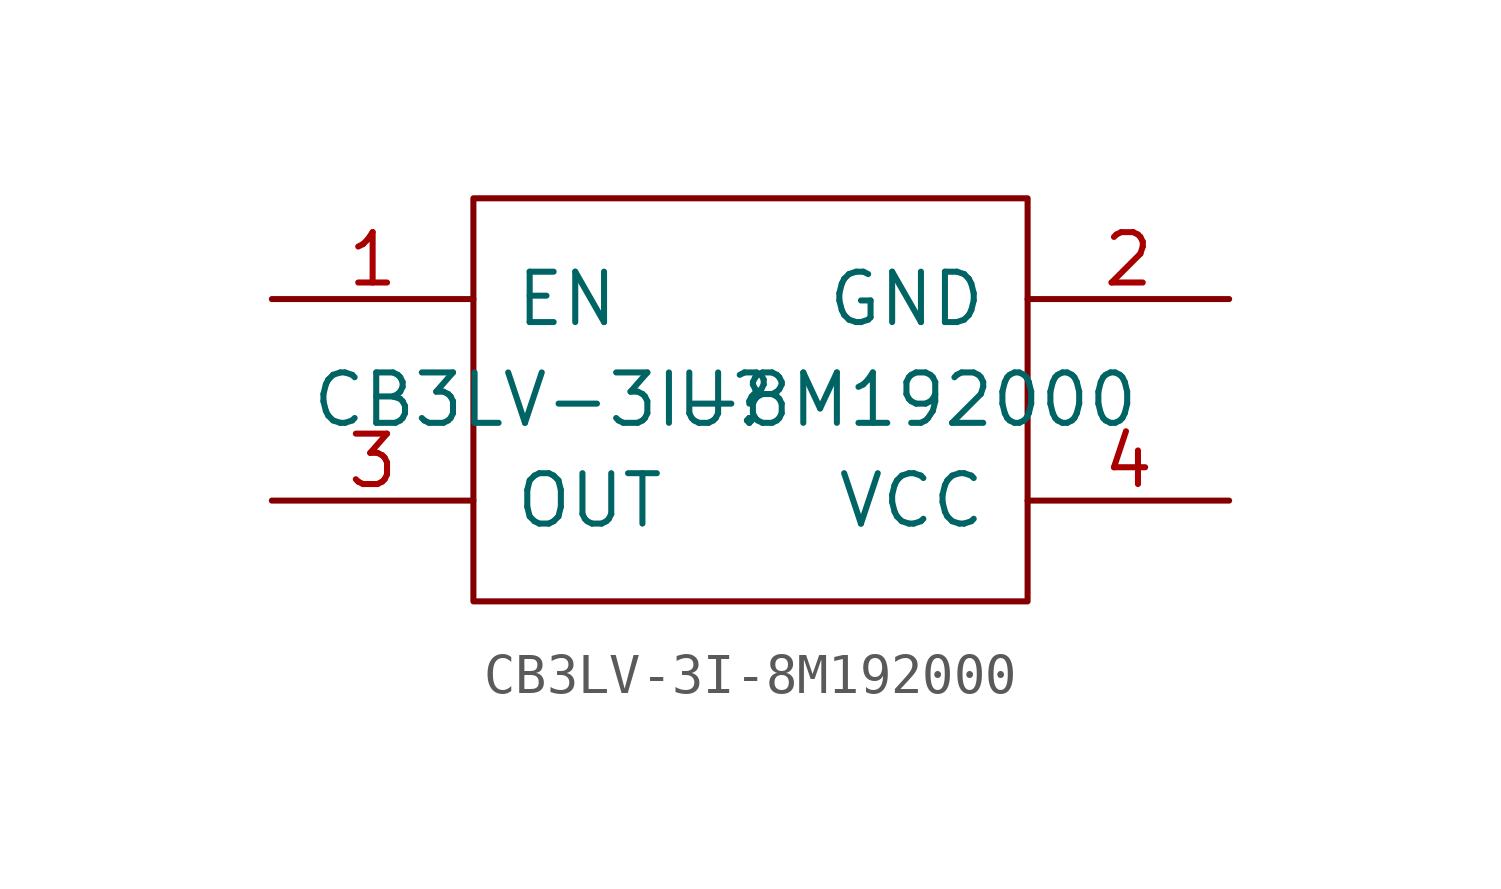
<source format=kicad_sym>
(kicad_symbol_lib
  (version 20211014)
  (generator kicad_symbol_editor)
  (symbol "CB3LV-3I-8M192000"
    (pin_names
      (offset 1.016))
    (property "Reference" "U"
      (at 0 0 0)
      (effects (font (size 1.27 1.27))))
    (property "Value" "CB3LV-3I-8M192000"
      (at 0 0 0)
      (effects (font (size 1.27 1.27))))
    (symbol "CB3LV-3I-8M192000_0_0"
      (pin input line (at -11.43 2.54 0) (length 5.08) (name "EN" (effects (font (size 1.27 1.27)))) (number "1" (effects (font (size 1.27 1.27)))))
      (pin power_in line (at 12.7 2.54 180) (length 5.08) (name "GND" (effects (font (size 1.27 1.27)))) (number "2" (effects (font (size 1.27 1.27)))))
      (pin output line (at -11.43 -2.54 0) (length 5.08) (name "OUT" (effects (font (size 1.27 1.27)))) (number "3" (effects (font (size 1.27 1.27)))))
      (pin power_in line (at 12.7 -2.54 180) (length 5.08) (name "VCC" (effects (font (size 1.27 1.27)))) (number "4" (effects (font (size 1.27 1.27))))))
    (symbol "CB3LV-3I-8M192000_0_1"
      (rectangle (start -6.35 5.08) (end 7.62 -5.08) (stroke (width 0) (type default) (color 0 0 0 0)) (fill (type none))))))
</source>
